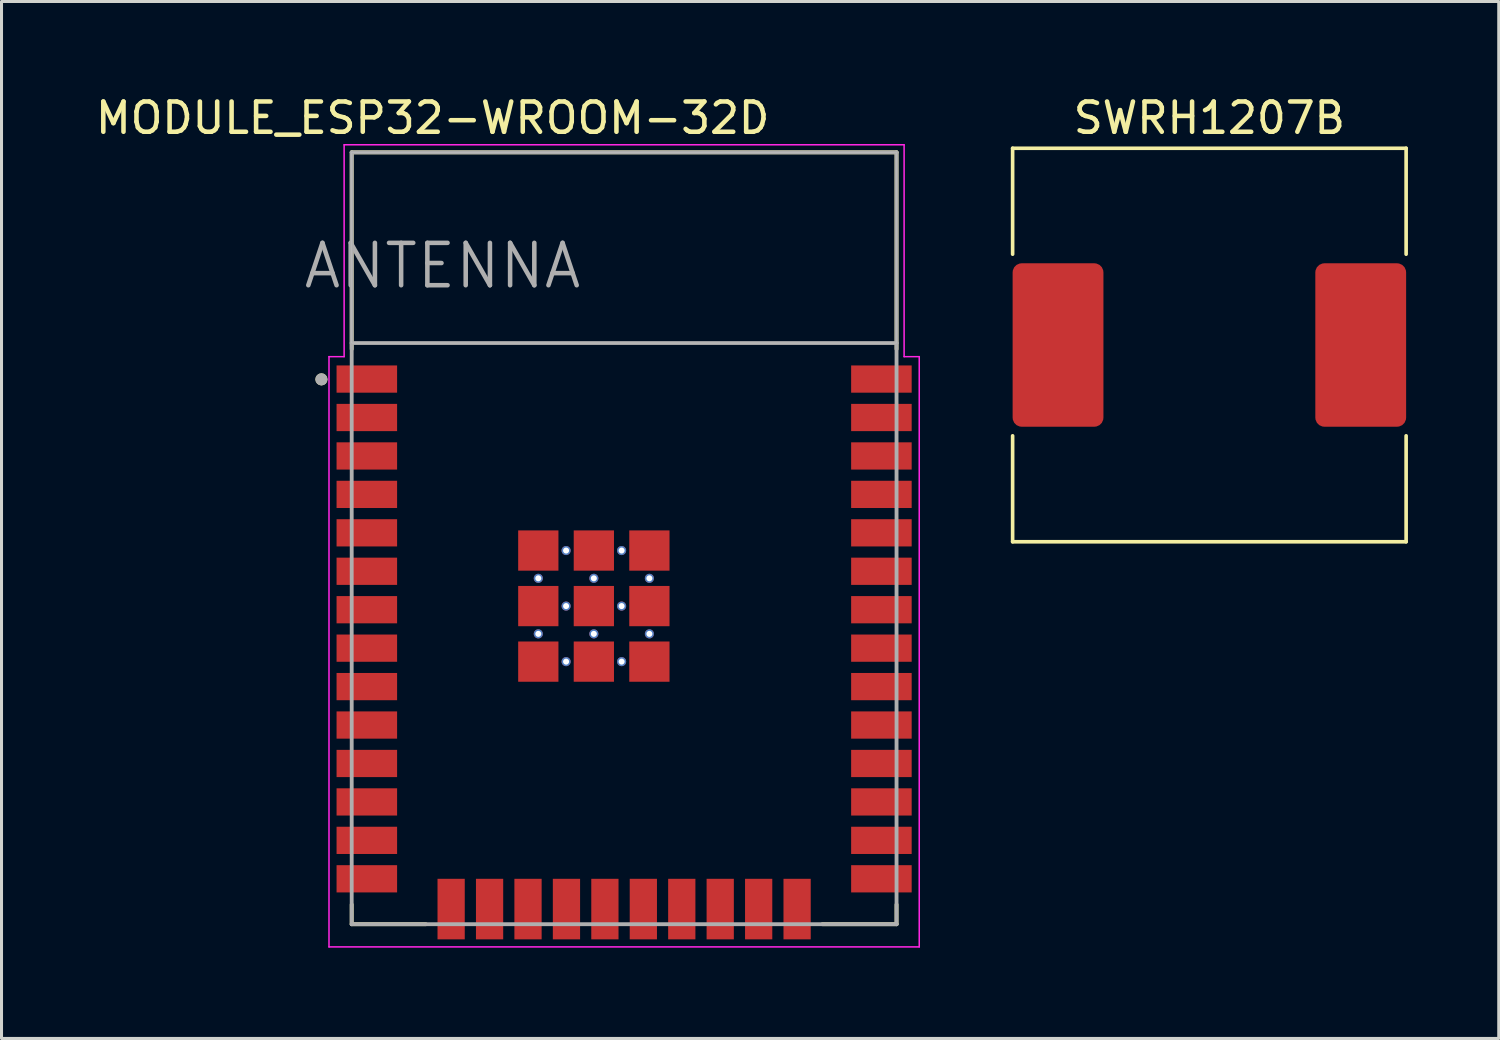
<source format=kicad_pcb>
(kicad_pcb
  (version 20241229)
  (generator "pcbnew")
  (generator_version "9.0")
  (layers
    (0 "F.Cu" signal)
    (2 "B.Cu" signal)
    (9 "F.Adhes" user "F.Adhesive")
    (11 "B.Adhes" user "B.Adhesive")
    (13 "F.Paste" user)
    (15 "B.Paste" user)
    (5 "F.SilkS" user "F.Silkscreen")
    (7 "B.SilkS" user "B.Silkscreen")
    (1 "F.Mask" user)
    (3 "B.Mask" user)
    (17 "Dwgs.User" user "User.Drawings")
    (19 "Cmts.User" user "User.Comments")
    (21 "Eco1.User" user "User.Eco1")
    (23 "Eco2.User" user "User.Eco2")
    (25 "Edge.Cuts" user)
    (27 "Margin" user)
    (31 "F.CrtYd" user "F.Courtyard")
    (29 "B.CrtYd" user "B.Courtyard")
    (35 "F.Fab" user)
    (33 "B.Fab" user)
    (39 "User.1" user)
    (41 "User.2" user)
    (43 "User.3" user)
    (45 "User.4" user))
  (footprint "MODULE_ESP32-WROOM-32D"
    (layer "F.Cu")
    (at 17.569 14.733)
    (property "Reference" "MODULE_ESP32-WROOM-32D" (at -6.325 -13.885 0) (layer "F.SilkS") (effects (font (size 1 1) (thickness 0.15))))
    (attr through_hole)
    (fp_line (start -9 -12.75) (end 9 -12.75) (stroke (width 0.127) (type solid)) (layer "F.SilkS"))
    (fp_line (start -9 -6.25) (end -9 -12.75) (stroke (width 0.127) (type solid)) (layer "F.SilkS"))
    (fp_line (start -9 12.1) (end -9 12.75) (stroke (width 0.127) (type solid)) (layer "F.SilkS"))
    (fp_line (start -9 12.75) (end -6.55 12.75) (stroke (width 0.127) (type solid)) (layer "F.SilkS"))
    (fp_line (start 6.55 12.75) (end 9 12.75) (stroke (width 0.127) (type solid)) (layer "F.SilkS"))
    (fp_line (start 9 -12.75) (end 9 -6.25) (stroke (width 0.127) (type solid)) (layer "F.SilkS"))
    (fp_line (start 9 12.75) (end 9 12.1) (stroke (width 0.127) (type solid)) (layer "F.SilkS"))
    (fp_circle (center -10 -5.25) (end -9.9 -5.25) (stroke (width 0.2) (type solid)) (fill no) (layer "F.SilkS"))
    (fp_poly (pts (xy -9 -12.75) (xy 9 -12.75) (xy 9 -6.45) (xy -9 -6.45)) (stroke (width 0.01) (type solid)) (fill no) (layer "Dwgs.User"))
    (fp_poly (pts (xy -9 -12.75) (xy 9 -12.75) (xy 9 -6.45) (xy -9 -6.45)) (stroke (width 0.01) (type solid)) (fill no) (layer "Dwgs.User"))
    (fp_line (start -9.75 -6) (end -9.25 -6) (stroke (width 0.05) (type solid)) (layer "F.CrtYd"))
    (fp_line (start -9.75 13.5) (end -9.75 -6) (stroke (width 0.05) (type solid)) (layer "F.CrtYd"))
    (fp_line (start -9.25 -13) (end 9.25 -13) (stroke (width 0.05) (type solid)) (layer "F.CrtYd"))
    (fp_line (start -9.25 -6) (end -9.25 -13) (stroke (width 0.05) (type solid)) (layer "F.CrtYd"))
    (fp_line (start 9.25 -13) (end 9.25 -6) (stroke (width 0.05) (type solid)) (layer "F.CrtYd"))
    (fp_line (start 9.25 -6) (end 9.75 -6) (stroke (width 0.05) (type solid)) (layer "F.CrtYd"))
    (fp_line (start 9.75 -6) (end 9.75 13.5) (stroke (width 0.05) (type solid)) (layer "F.CrtYd"))
    (fp_line (start 9.75 13.5) (end -9.75 13.5) (stroke (width 0.05) (type solid)) (layer "F.CrtYd"))
    (fp_line (start -9 -12.75) (end -9 -6.45) (stroke (width 0.127) (type solid)) (layer "F.Fab"))
    (fp_line (start -9 -12.75) (end 9 -12.75) (stroke (width 0.127) (type solid)) (layer "F.Fab"))
    (fp_line (start -9 -6.45) (end 9 -6.45) (stroke (width 0.127) (type solid)) (layer "F.Fab"))
    (fp_line (start -9 12.75) (end -9 -6.45) (stroke (width 0.127) (type solid)) (layer "F.Fab"))
    (fp_line (start 9 -12.75) (end 9 -6.45) (stroke (width 0.127) (type solid)) (layer "F.Fab"))
    (fp_line (start 9 -6.45) (end 9 12.75) (stroke (width 0.127) (type solid)) (layer "F.Fab"))
    (fp_line (start 9 12.75) (end -9 12.75) (stroke (width 0.127) (type solid)) (layer "F.Fab"))
    (fp_circle (center -10 -5.25) (end -9.9 -5.25) (stroke (width 0.2) (type solid)) (fill no) (layer "F.Fab"))
    (fp_text user "ANTENNA" (at -6 -9 0) (layer "F.Fab") (effects (font (size 1.4 1.4) (thickness 0.15))))
    (pad "1" smd rect (at -8.5 -5.26) (size 2 0.9) (layers "F.Cu" "F.Mask" "F.Paste"))
    (pad "2" smd rect (at -8.5 -3.99) (size 2 0.9) (layers "F.Cu" "F.Mask" "F.Paste"))
    (pad "3" smd rect (at -8.5 -2.72) (size 2 0.9) (layers "F.Cu" "F.Mask" "F.Paste"))
    (pad "4" smd rect (at -8.5 -1.45) (size 2 0.9) (layers "F.Cu" "F.Mask" "F.Paste"))
    (pad "5" smd rect (at -8.5 -0.18) (size 2 0.9) (layers "F.Cu" "F.Mask" "F.Paste"))
    (pad "6" smd rect (at -8.5 1.09) (size 2 0.9) (layers "F.Cu" "F.Mask" "F.Paste"))
    (pad "7" smd rect (at -8.5 2.36) (size 2 0.9) (layers "F.Cu" "F.Mask" "F.Paste"))
    (pad "8" smd rect (at -8.5 3.63) (size 2 0.9) (layers "F.Cu" "F.Mask" "F.Paste"))
    (pad "9" smd rect (at -8.5 4.9) (size 2 0.9) (layers "F.Cu" "F.Mask" "F.Paste"))
    (pad "10" smd rect (at -8.5 6.17) (size 2 0.9) (layers "F.Cu" "F.Mask" "F.Paste"))
    (pad "11" smd rect (at -8.5 7.44) (size 2 0.9) (layers "F.Cu" "F.Mask" "F.Paste"))
    (pad "12" smd rect (at -8.5 8.71) (size 2 0.9) (layers "F.Cu" "F.Mask" "F.Paste"))
    (pad "13" smd rect (at -8.5 9.98) (size 2 0.9) (layers "F.Cu" "F.Mask" "F.Paste"))
    (pad "14" smd rect (at -8.5 11.25) (size 2 0.9) (layers "F.Cu" "F.Mask" "F.Paste"))
    (pad "15" smd rect (at -5.715 12.25) (size 0.9 2) (layers "F.Cu" "F.Mask" "F.Paste"))
    (pad "16" smd rect (at -4.445 12.25) (size 0.9 2) (layers "F.Cu" "F.Mask" "F.Paste"))
    (pad "17" smd rect (at -3.175 12.25) (size 0.9 2) (layers "F.Cu" "F.Mask" "F.Paste"))
    (pad "18" smd rect (at -1.905 12.25) (size 0.9 2) (layers "F.Cu" "F.Mask" "F.Paste"))
    (pad "19" smd rect (at -0.635 12.25) (size 0.9 2) (layers "F.Cu" "F.Mask" "F.Paste"))
    (pad "20" smd rect (at 0.635 12.25) (size 0.9 2) (layers "F.Cu" "F.Mask" "F.Paste"))
    (pad "21" smd rect (at 1.905 12.25) (size 0.9 2) (layers "F.Cu" "F.Mask" "F.Paste"))
    (pad "22" smd rect (at 3.175 12.25) (size 0.9 2) (layers "F.Cu" "F.Mask" "F.Paste"))
    (pad "23" smd rect (at 4.445 12.25) (size 0.9 2) (layers "F.Cu" "F.Mask" "F.Paste"))
    (pad "24" smd rect (at 5.715 12.25) (size 0.9 2) (layers "F.Cu" "F.Mask" "F.Paste"))
    (pad "25" smd rect (at 8.5 11.25) (size 2 0.9) (layers "F.Cu" "F.Mask" "F.Paste"))
    (pad "26" smd rect (at 8.5 9.98) (size 2 0.9) (layers "F.Cu" "F.Mask" "F.Paste"))
    (pad "27" smd rect (at 8.5 8.71) (size 2 0.9) (layers "F.Cu" "F.Mask" "F.Paste"))
    (pad "28" smd rect (at 8.5 7.44) (size 2 0.9) (layers "F.Cu" "F.Mask" "F.Paste"))
    (pad "29" smd rect (at 8.5 6.17) (size 2 0.9) (layers "F.Cu" "F.Mask" "F.Paste"))
    (pad "30" smd rect (at 8.5 4.9) (size 2 0.9) (layers "F.Cu" "F.Mask" "F.Paste"))
    (pad "31" smd rect (at 8.5 3.63) (size 2 0.9) (layers "F.Cu" "F.Mask" "F.Paste"))
    (pad "32" smd rect (at 8.5 2.36) (size 2 0.9) (layers "F.Cu" "F.Mask" "F.Paste"))
    (pad "33" smd rect (at 8.5 1.09) (size 2 0.9) (layers "F.Cu" "F.Mask" "F.Paste"))
    (pad "34" smd rect (at 8.5 -0.18) (size 2 0.9) (layers "F.Cu" "F.Mask" "F.Paste"))
    (pad "35" smd rect (at 8.5 -1.45) (size 2 0.9) (layers "F.Cu" "F.Mask" "F.Paste"))
    (pad "36" smd rect (at 8.5 -2.72) (size 2 0.9) (layers "F.Cu" "F.Mask" "F.Paste"))
    (pad "37" smd rect (at 8.5 -3.99) (size 2 0.9) (layers "F.Cu" "F.Mask" "F.Paste"))
    (pad "38" smd rect (at 8.5 -5.26) (size 2 0.9) (layers "F.Cu" "F.Mask" "F.Paste"))
    (pad "39_1" smd rect (at -2.835 0.405) (size 1.33 1.33) (layers "F.Cu" "F.Mask" "F.Paste"))
    (pad "39_2" smd rect (at -1 0.405) (size 1.33 1.33) (layers "F.Cu" "F.Mask" "F.Paste"))
    (pad "39_3" smd rect (at 0.835 0.405) (size 1.33 1.33) (layers "F.Cu" "F.Mask" "F.Paste"))
    (pad "39_4" smd rect (at -2.835 2.24) (size 1.33 1.33) (layers "F.Cu" "F.Mask" "F.Paste"))
    (pad "39_5" smd rect (at -1 2.24) (size 1.33 1.33) (layers "F.Cu" "F.Mask" "F.Paste"))
    (pad "39_6" smd rect (at 0.835 2.24) (size 1.33 1.33) (layers "F.Cu" "F.Mask" "F.Paste"))
    (pad "39_7" smd rect (at -2.835 4.075) (size 1.33 1.33) (layers "F.Cu" "F.Mask" "F.Paste"))
    (pad "39_8" smd rect (at -1 4.075) (size 1.33 1.33) (layers "F.Cu" "F.Mask" "F.Paste"))
    (pad "39_9" smd rect (at 0.835 4.075) (size 1.33 1.33) (layers "F.Cu" "F.Mask" "F.Paste"))
    (pad "39_10" thru_hole circle (at -1.917 0.405) (size 0.3 0.3) (drill 0.2) (layers "*.Cu" "*.Mask"))
    (pad "39_11" thru_hole circle (at -0.083 0.405) (size 0.3 0.3) (drill 0.2) (layers "*.Cu" "*.Mask"))
    (pad "39_12" thru_hole circle (at -2.835 1.323) (size 0.3 0.3) (drill 0.2) (layers "*.Cu" "*.Mask"))
    (pad "39_13" thru_hole circle (at -1 1.323) (size 0.3 0.3) (drill 0.2) (layers "*.Cu" "*.Mask"))
    (pad "39_14" thru_hole circle (at 0.835 1.323) (size 0.3 0.3) (drill 0.2) (layers "*.Cu" "*.Mask"))
    (pad "39_15" thru_hole circle (at -1.917 2.24) (size 0.3 0.3) (drill 0.2) (layers "*.Cu" "*.Mask"))
    (pad "39_16" thru_hole circle (at -0.083 2.24) (size 0.3 0.3) (drill 0.2) (layers "*.Cu" "*.Mask"))
    (pad "39_17" thru_hole circle (at -2.835 3.158) (size 0.3 0.3) (drill 0.2) (layers "*.Cu" "*.Mask"))
    (pad "39_18" thru_hole circle (at -1 3.158) (size 0.3 0.3) (drill 0.2) (layers "*.Cu" "*.Mask"))
    (pad "39_19" thru_hole circle (at 0.835 3.158) (size 0.3 0.3) (drill 0.2) (layers "*.Cu" "*.Mask"))
    (pad "39_20" thru_hole circle (at -1.917 4.075) (size 0.3 0.3) (drill 0.2) (layers "*.Cu" "*.Mask"))
    (pad "39_21" thru_hole circle (at -0.083 4.075) (size 0.3 0.3) (drill 0.2) (layers "*.Cu" "*.Mask")))
  (footprint "SWRH1207B"
    (layer "F.Cu")
    (at 36.904 8.348)
    (property "Reference" "SWRH1207B" (at 0 -7.5 0) (layer "F.SilkS") (effects (font (size 1 1) (thickness 0.15))))
    (attr through_hole)
    (fp_line (start -6.5 -6.5) (end 6.5 -6.5) (stroke (width 0.12) (type solid)) (layer "F.SilkS"))
    (fp_line (start -6.5 -3) (end -6.5 -6.5) (stroke (width 0.12) (type solid)) (layer "F.SilkS"))
    (fp_line (start -6.5 6.5) (end -6.5 3) (stroke (width 0.12) (type solid)) (layer "F.SilkS"))
    (fp_line (start 6.5 -6.5) (end 6.5 -3) (stroke (width 0.12) (type solid)) (layer "F.SilkS"))
    (fp_line (start 6.5 3) (end 6.5 6.5) (stroke (width 0.12) (type solid)) (layer "F.SilkS"))
    (fp_line (start 6.5 6.5) (end -6.5 6.5) (stroke (width 0.12) (type solid)) (layer "F.SilkS"))
    (pad "1" smd roundrect (at -5 0) (size 3 5.4) (layers "F.Cu" "F.Mask" "F.Paste") (roundrect_rratio 0.1))
    (pad "2" smd roundrect (at 5 0) (size 3 5.4) (layers "F.Cu" "F.Mask" "F.Paste") (roundrect_rratio 0.1)))
  (gr_rect
    (start -3 -3)
    (end 46.464 31.258)
    (stroke (width 0.1) (type default))
    (fill no)
    (layer "Edge.Cuts")))
</source>
